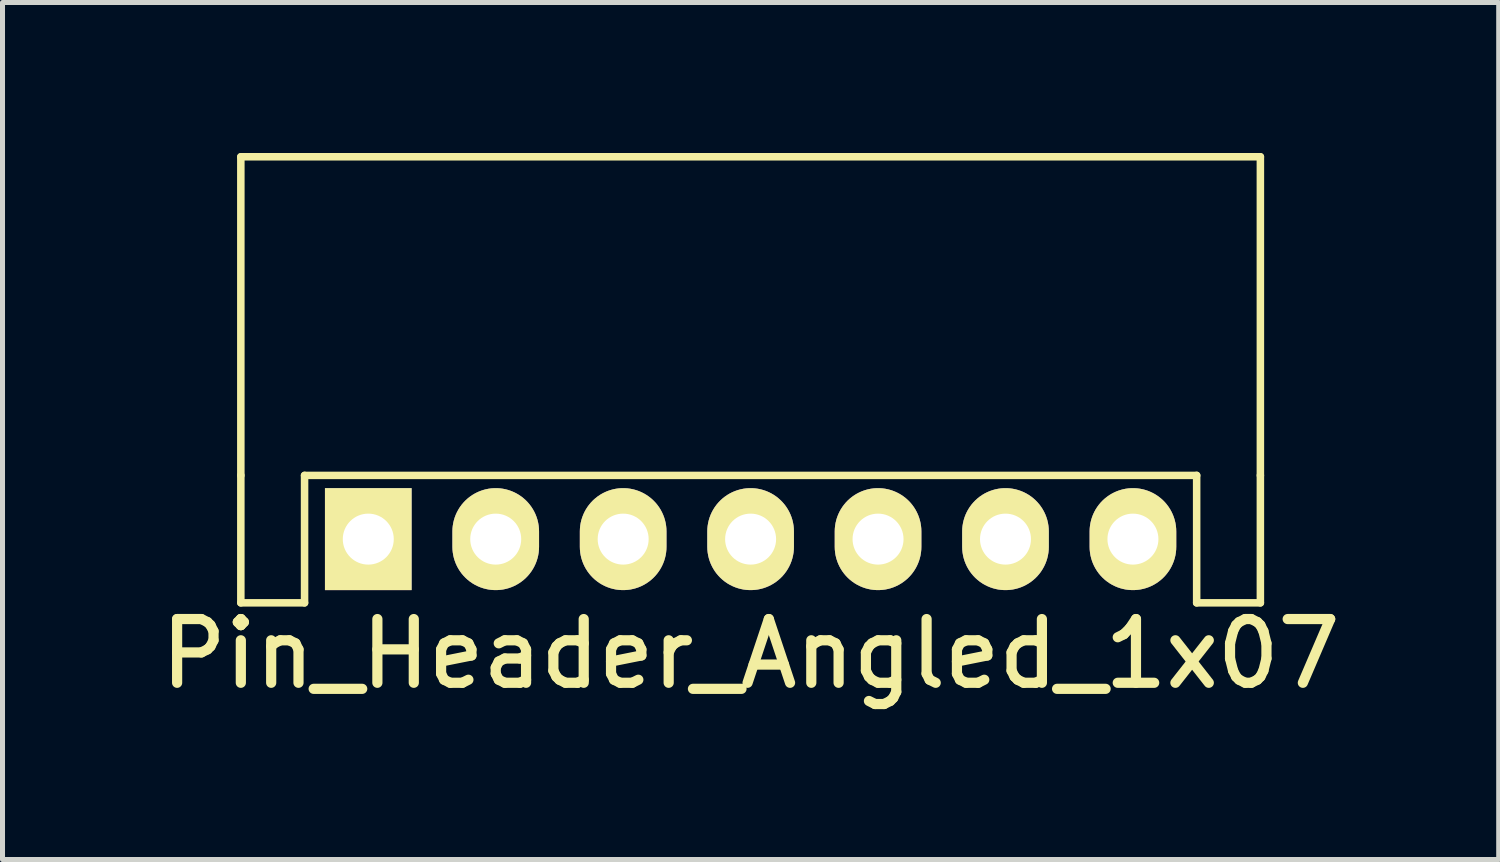
<source format=kicad_pcb>
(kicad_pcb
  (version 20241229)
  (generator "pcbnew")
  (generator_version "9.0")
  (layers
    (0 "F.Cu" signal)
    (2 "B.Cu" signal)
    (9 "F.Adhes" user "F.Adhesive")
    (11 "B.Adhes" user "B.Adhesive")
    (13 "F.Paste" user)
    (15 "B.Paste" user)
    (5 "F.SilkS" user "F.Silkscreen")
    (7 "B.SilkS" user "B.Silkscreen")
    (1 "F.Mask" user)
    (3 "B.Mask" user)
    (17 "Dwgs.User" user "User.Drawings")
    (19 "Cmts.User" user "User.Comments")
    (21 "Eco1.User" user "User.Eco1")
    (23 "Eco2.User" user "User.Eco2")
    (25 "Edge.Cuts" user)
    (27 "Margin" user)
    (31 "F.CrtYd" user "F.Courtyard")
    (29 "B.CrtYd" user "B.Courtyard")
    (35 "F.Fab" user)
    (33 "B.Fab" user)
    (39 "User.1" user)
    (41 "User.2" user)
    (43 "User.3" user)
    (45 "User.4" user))
  (footprint "Pin_Header_Angled_1x07"
    (layer "F.Cu")
    (at 11.91 7.695)
    (property "Reference" "Pin_Header_Angled_1x07" (at 0 2.286 0) (layer "F.SilkS") (effects (font (size 1.27 1.27) (thickness 0.203))))
    (attr through_hole)
    (fp_line (start -10.16 -7.62) (end 10.16 -7.62) (stroke (width 0.15) (type solid)) (layer "F.SilkS"))
    (fp_line (start -10.16 -1.27) (end -10.16 -7.62) (stroke (width 0.15) (type solid)) (layer "F.SilkS"))
    (fp_line (start -10.16 -1.27) (end -10.16 1.27) (stroke (width 0.15) (type solid)) (layer "F.SilkS"))
    (fp_line (start -10.16 1.27) (end -8.89 1.27) (stroke (width 0.15) (type solid)) (layer "F.SilkS"))
    (fp_line (start -8.89 1.27) (end -8.89 -1.27) (stroke (width 0.15) (type solid)) (layer "F.SilkS"))
    (fp_line (start 8.89 -1.27) (end -8.89 -1.27) (stroke (width 0.15) (type solid)) (layer "F.SilkS"))
    (fp_line (start 8.89 -1.27) (end 8.89 1.27) (stroke (width 0.15) (type solid)) (layer "F.SilkS"))
    (fp_line (start 8.89 1.27) (end 10.16 1.27) (stroke (width 0.15) (type solid)) (layer "F.SilkS"))
    (fp_line (start 10.16 -7.62) (end 10.16 -1.27) (stroke (width 0.15) (type solid)) (layer "F.SilkS"))
    (fp_line (start 10.16 1.27) (end 10.16 -1.27) (stroke (width 0.15) (type solid)) (layer "F.SilkS"))
    (pad "1" thru_hole rect (at -7.62 0) (size 1.727 2.032) (drill 1.016) (layers "*.Cu" "*.Mask" "F.SilkS"))
    (pad "2" thru_hole oval (at -5.08 0) (size 1.727 2.032) (drill 1.016) (layers "*.Cu" "*.Mask" "F.SilkS"))
    (pad "3" thru_hole oval (at -2.54 0) (size 1.727 2.032) (drill 1.016) (layers "*.Cu" "*.Mask" "F.SilkS"))
    (pad "4" thru_hole oval (at 0 0) (size 1.727 2.032) (drill 1.016) (layers "*.Cu" "*.Mask" "F.SilkS"))
    (pad "5" thru_hole oval (at 2.54 0) (size 1.727 2.032) (drill 1.016) (layers "*.Cu" "*.Mask" "F.SilkS"))
    (pad "6" thru_hole oval (at 5.08 0) (size 1.727 2.032) (drill 1.016) (layers "*.Cu" "*.Mask" "F.SilkS"))
    (pad "7" thru_hole oval (at 7.62 0) (size 1.727 2.032) (drill 1.016) (layers "*.Cu" "*.Mask" "F.SilkS")))
  (gr_rect
    (start -3 -3)
    (end 26.82 14.081)
    (stroke (width 0.1) (type default))
    (fill no)
    (layer "Edge.Cuts")))
</source>
